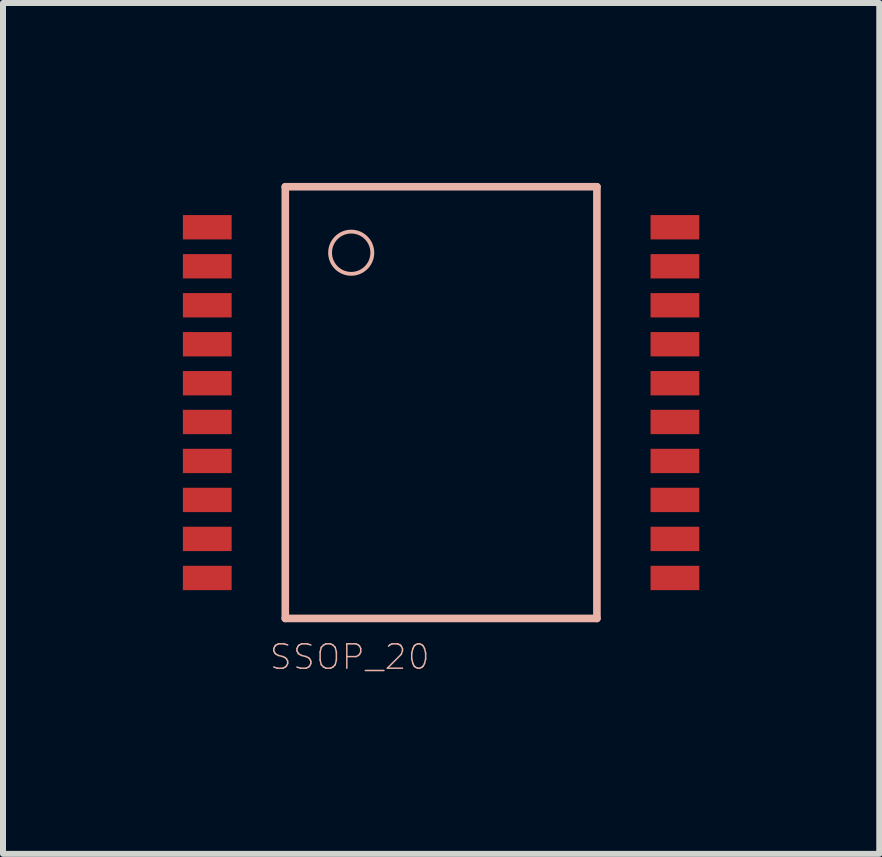
<source format=kicad_pcb>
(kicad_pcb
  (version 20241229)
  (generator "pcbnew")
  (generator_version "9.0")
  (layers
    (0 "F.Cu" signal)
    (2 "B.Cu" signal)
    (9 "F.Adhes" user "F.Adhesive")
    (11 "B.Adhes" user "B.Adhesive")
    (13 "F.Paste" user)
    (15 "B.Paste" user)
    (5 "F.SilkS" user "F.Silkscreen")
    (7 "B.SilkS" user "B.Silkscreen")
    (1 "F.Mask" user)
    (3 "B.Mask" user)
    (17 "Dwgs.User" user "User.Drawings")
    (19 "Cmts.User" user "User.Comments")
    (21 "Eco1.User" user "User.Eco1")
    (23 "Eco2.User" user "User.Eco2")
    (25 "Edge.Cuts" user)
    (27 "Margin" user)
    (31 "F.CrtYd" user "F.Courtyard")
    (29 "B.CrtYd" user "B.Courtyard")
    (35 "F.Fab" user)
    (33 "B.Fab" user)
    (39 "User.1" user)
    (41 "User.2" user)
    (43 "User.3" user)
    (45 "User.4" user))
  (footprint "SSOP_20"
    (layer "F.Cu")
    (at 4.305 3.663)
    (property "Reference" "SSOP_20" (at -1.524 4.242 0) (layer "B.SilkS") (effects (font (size 0.406 0.406) (thickness 0.025))))
    (attr smd)
    (fp_line (start -2.598 -3.599) (end 2.598 -3.599) (stroke (width 0.127) (type solid)) (layer "B.SilkS"))
    (fp_line (start -2.598 3.599) (end -2.598 -3.599) (stroke (width 0.127) (type solid)) (layer "B.SilkS"))
    (fp_line (start 2.598 -3.599) (end 2.598 3.599) (stroke (width 0.127) (type solid)) (layer "B.SilkS"))
    (fp_line (start 2.598 3.599) (end -2.598 3.599) (stroke (width 0.127) (type solid)) (layer "B.SilkS"))
    (fp_circle (center -1.499 -2.499) (end -1.748 -2.748) (stroke (width 0.064) (type solid)) (fill no) (layer "B.SilkS"))
    (pad "1" smd rect (at -3.899 -2.924) (size 0.813 0.406) (layers "F.Cu" "F.Mask" "F.Paste"))
    (pad "2" smd rect (at -3.899 -2.273) (size 0.813 0.406) (layers "F.Cu" "F.Mask" "F.Paste"))
    (pad "3" smd rect (at -3.899 -1.623) (size 0.813 0.406) (layers "F.Cu" "F.Mask" "F.Paste"))
    (pad "4" smd rect (at -3.899 -0.973) (size 0.813 0.406) (layers "F.Cu" "F.Mask" "F.Paste"))
    (pad "5" smd rect (at -3.899 -0.323) (size 0.813 0.406) (layers "F.Cu" "F.Mask" "F.Paste"))
    (pad "6" smd rect (at -3.899 0.323) (size 0.813 0.406) (layers "F.Cu" "F.Mask" "F.Paste"))
    (pad "7" smd rect (at -3.899 0.973) (size 0.813 0.406) (layers "F.Cu" "F.Mask" "F.Paste"))
    (pad "8" smd rect (at -3.899 1.623) (size 0.813 0.406) (layers "F.Cu" "F.Mask" "F.Paste"))
    (pad "9" smd rect (at -3.899 2.273) (size 0.813 0.406) (layers "F.Cu" "F.Mask" "F.Paste"))
    (pad "10" smd rect (at -3.899 2.924) (size 0.813 0.406) (layers "F.Cu" "F.Mask" "F.Paste"))
    (pad "11" smd rect (at 3.899 2.924) (size 0.813 0.406) (layers "F.Cu" "F.Mask" "F.Paste"))
    (pad "12" smd rect (at 3.899 2.273) (size 0.813 0.406) (layers "F.Cu" "F.Mask" "F.Paste"))
    (pad "13" smd rect (at 3.899 1.623) (size 0.813 0.406) (layers "F.Cu" "F.Mask" "F.Paste"))
    (pad "14" smd rect (at 3.899 0.973) (size 0.813 0.406) (layers "F.Cu" "F.Mask" "F.Paste"))
    (pad "15" smd rect (at 3.899 0.323) (size 0.813 0.406) (layers "F.Cu" "F.Mask" "F.Paste"))
    (pad "16" smd rect (at 3.899 -0.323) (size 0.813 0.406) (layers "F.Cu" "F.Mask" "F.Paste"))
    (pad "17" smd rect (at 3.899 -0.973) (size 0.813 0.406) (layers "F.Cu" "F.Mask" "F.Paste"))
    (pad "18" smd rect (at 3.899 -1.623) (size 0.813 0.406) (layers "F.Cu" "F.Mask" "F.Paste"))
    (pad "19" smd rect (at 3.899 -2.273) (size 0.813 0.406) (layers "F.Cu" "F.Mask" "F.Paste"))
    (pad "20" smd rect (at 3.899 -2.924) (size 0.813 0.406) (layers "F.Cu" "F.Mask" "F.Paste")))
  (gr_rect
    (start -3 -3)
    (end 11.611 11.187)
    (stroke (width 0.1) (type default))
    (fill no)
    (layer "Edge.Cuts")))
</source>
